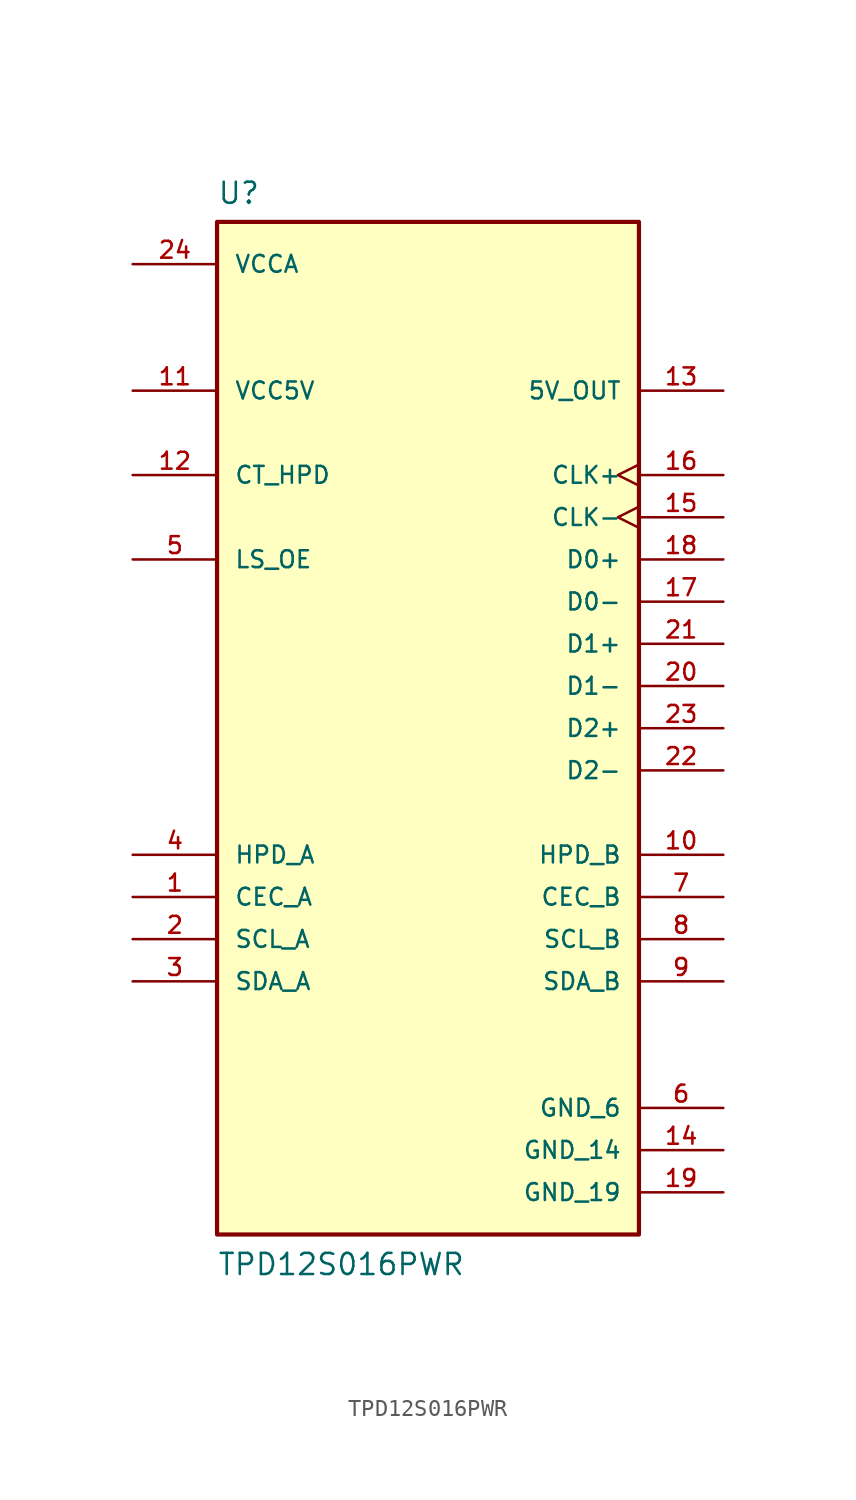
<source format=kicad_sym>
(kicad_symbol_lib
  (version 20211014)
  (generator kicad_symbol_editor)
  (symbol "TPD12S016PWR"
    (pin_names
      (offset 1.016))
    (property "Reference" "U"
      (at -12.7 31.471 0)
      (effects (font (size 1.27 1.27)) (justify left bottom)))
    (property "Value" "TPD12S016PWR"
      (at -12.7 -33.02 0)
      (effects (font (size 1.27 1.27)) (justify left bottom)))
    (property "ki_locked" ""
      (at 0 0 0)
      (effects (font (size 1.27 1.27))))
    (symbol "TPD12S016PWR_0_0"
      (rectangle (start -12.7 -30.48) (end 12.7 30.48) (stroke (width 0.254) (type default) (color 0 0 0 0)) (fill (type background)))
      (pin bidirectional line (at -17.78 -10.16 0) (length 5.08) (name "CEC_A" (effects (font (size 1.016 1.016)))) (number "1" (effects (font (size 1.016 1.016)))))
      (pin input line (at 17.78 -7.62 180) (length 5.08) (name "HPD_B" (effects (font (size 1.016 1.016)))) (number "10" (effects (font (size 1.016 1.016)))))
      (pin input line (at -17.78 20.32 0) (length 5.08) (name "VCC5V" (effects (font (size 1.016 1.016)))) (number "11" (effects (font (size 1.016 1.016)))))
      (pin input line (at -17.78 15.24 0) (length 5.08) (name "CT_HPD" (effects (font (size 1.016 1.016)))) (number "12" (effects (font (size 1.016 1.016)))))
      (pin output line (at 17.78 20.32 180) (length 5.08) (name "5V_OUT" (effects (font (size 1.016 1.016)))) (number "13" (effects (font (size 1.016 1.016)))))
      (pin power_in line (at 17.78 -25.4 180) (length 5.08) (name "GND_14" (effects (font (size 1.016 1.016)))) (number "14" (effects (font (size 1.016 1.016)))))
      (pin bidirectional clock (at 17.78 12.7 180) (length 5.08) (name "CLK-" (effects (font (size 1.016 1.016)))) (number "15" (effects (font (size 1.016 1.016)))))
      (pin bidirectional clock (at 17.78 15.24 180) (length 5.08) (name "CLK+" (effects (font (size 1.016 1.016)))) (number "16" (effects (font (size 1.016 1.016)))))
      (pin bidirectional line (at 17.78 7.62 180) (length 5.08) (name "D0-" (effects (font (size 1.016 1.016)))) (number "17" (effects (font (size 1.016 1.016)))))
      (pin bidirectional line (at 17.78 10.16 180) (length 5.08) (name "D0+" (effects (font (size 1.016 1.016)))) (number "18" (effects (font (size 1.016 1.016)))))
      (pin power_in line (at 17.78 -27.94 180) (length 5.08) (name "GND_19" (effects (font (size 1.016 1.016)))) (number "19" (effects (font (size 1.016 1.016)))))
      (pin bidirectional line (at -17.78 -12.7 0) (length 5.08) (name "SCL_A" (effects (font (size 1.016 1.016)))) (number "2" (effects (font (size 1.016 1.016)))))
      (pin bidirectional line (at 17.78 2.54 180) (length 5.08) (name "D1-" (effects (font (size 1.016 1.016)))) (number "20" (effects (font (size 1.016 1.016)))))
      (pin bidirectional line (at 17.78 5.08 180) (length 5.08) (name "D1+" (effects (font (size 1.016 1.016)))) (number "21" (effects (font (size 1.016 1.016)))))
      (pin bidirectional line (at 17.78 -2.54 180) (length 5.08) (name "D2-" (effects (font (size 1.016 1.016)))) (number "22" (effects (font (size 1.016 1.016)))))
      (pin bidirectional line (at 17.78 0 180) (length 5.08) (name "D2+" (effects (font (size 1.016 1.016)))) (number "23" (effects (font (size 1.016 1.016)))))
      (pin power_in line (at -17.78 27.94 0) (length 5.08) (name "VCCA" (effects (font (size 1.016 1.016)))) (number "24" (effects (font (size 1.016 1.016)))))
      (pin bidirectional line (at -17.78 -15.24 0) (length 5.08) (name "SDA_A" (effects (font (size 1.016 1.016)))) (number "3" (effects (font (size 1.016 1.016)))))
      (pin output line (at -17.78 -7.62 0) (length 5.08) (name "HPD_A" (effects (font (size 1.016 1.016)))) (number "4" (effects (font (size 1.016 1.016)))))
      (pin input line (at -17.78 10.16 0) (length 5.08) (name "LS_OE" (effects (font (size 1.016 1.016)))) (number "5" (effects (font (size 1.016 1.016)))))
      (pin power_in line (at 17.78 -22.86 180) (length 5.08) (name "GND_6" (effects (font (size 1.016 1.016)))) (number "6" (effects (font (size 1.016 1.016)))))
      (pin bidirectional line (at 17.78 -10.16 180) (length 5.08) (name "CEC_B" (effects (font (size 1.016 1.016)))) (number "7" (effects (font (size 1.016 1.016)))))
      (pin bidirectional line (at 17.78 -12.7 180) (length 5.08) (name "SCL_B" (effects (font (size 1.016 1.016)))) (number "8" (effects (font (size 1.016 1.016)))))
      (pin bidirectional line (at 17.78 -15.24 180) (length 5.08) (name "SDA_B" (effects (font (size 1.016 1.016)))) (number "9" (effects (font (size 1.016 1.016))))))))
</source>
